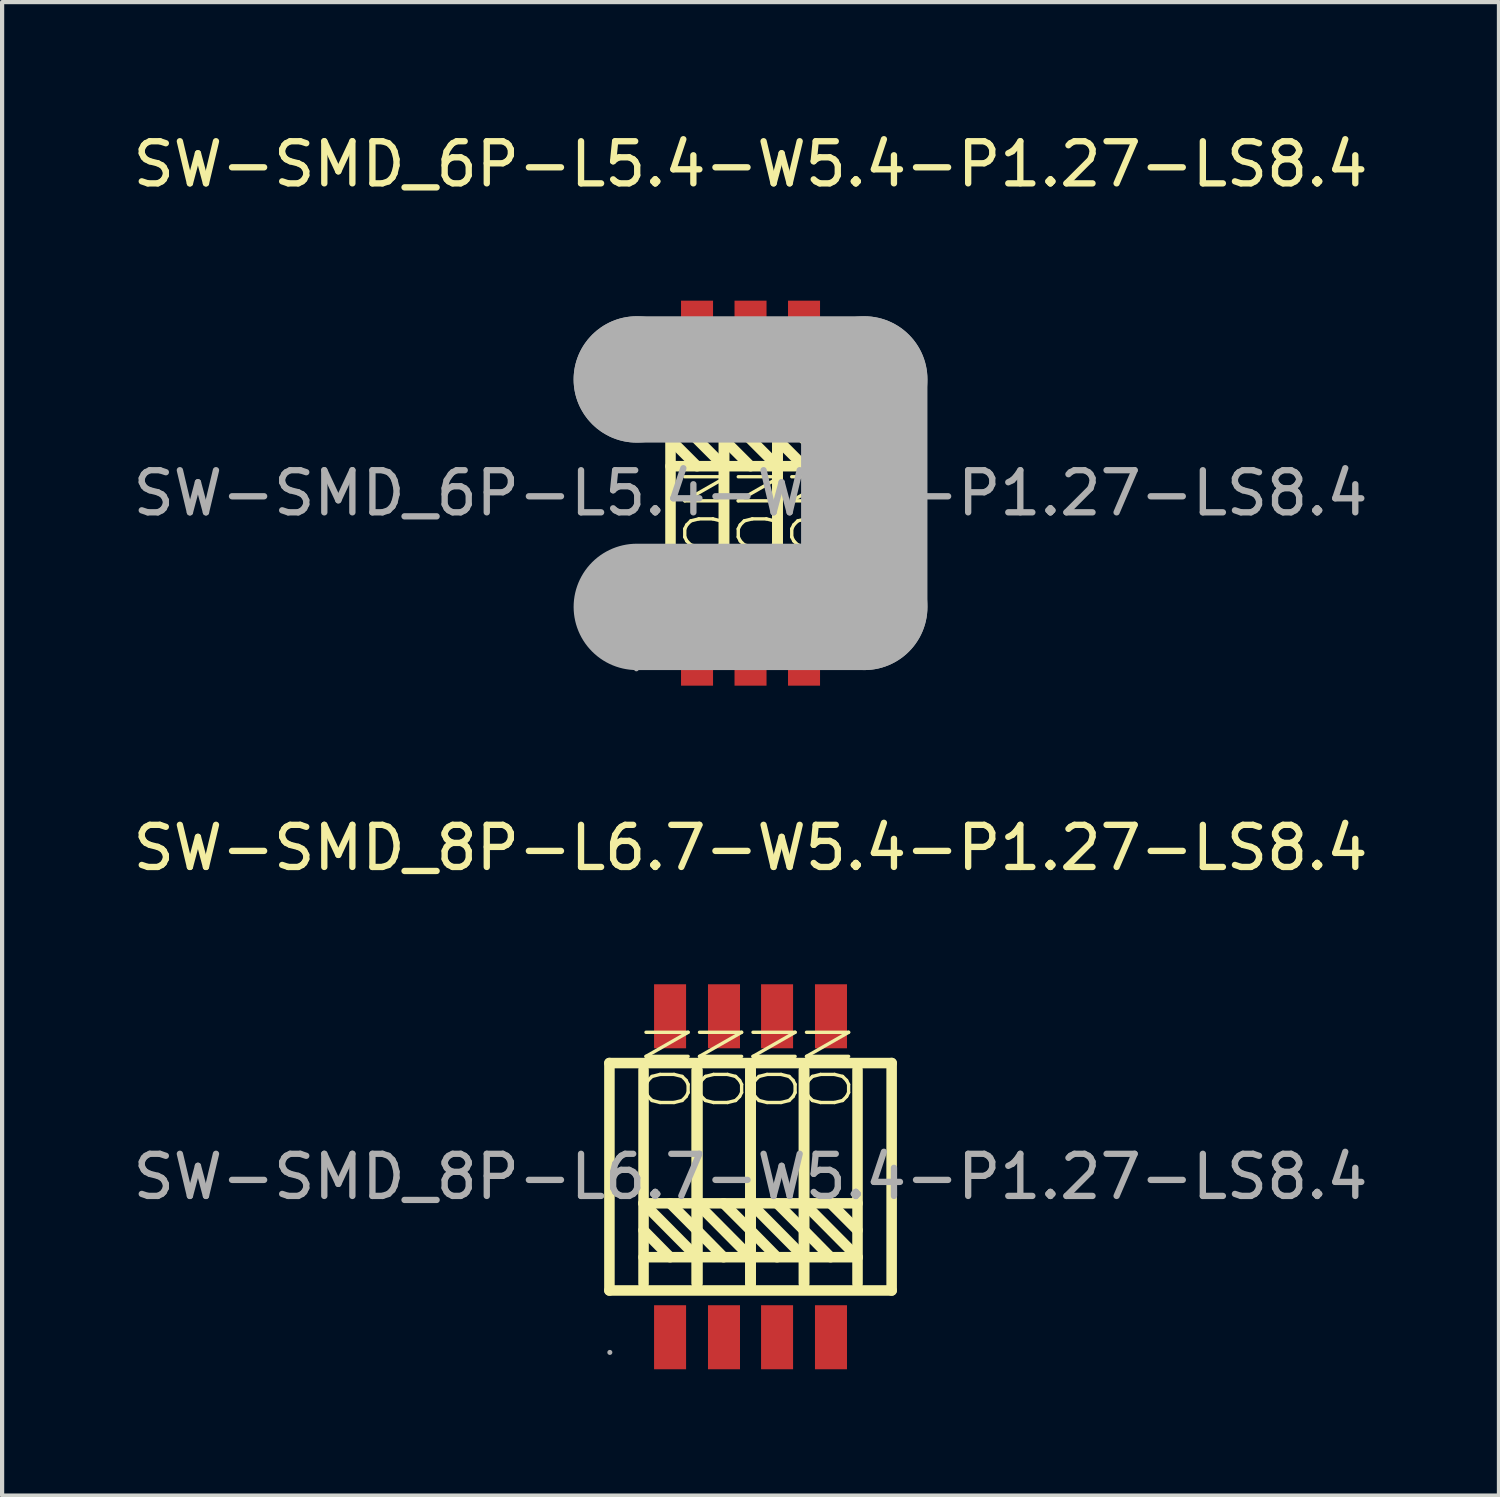
<source format=kicad_pcb>
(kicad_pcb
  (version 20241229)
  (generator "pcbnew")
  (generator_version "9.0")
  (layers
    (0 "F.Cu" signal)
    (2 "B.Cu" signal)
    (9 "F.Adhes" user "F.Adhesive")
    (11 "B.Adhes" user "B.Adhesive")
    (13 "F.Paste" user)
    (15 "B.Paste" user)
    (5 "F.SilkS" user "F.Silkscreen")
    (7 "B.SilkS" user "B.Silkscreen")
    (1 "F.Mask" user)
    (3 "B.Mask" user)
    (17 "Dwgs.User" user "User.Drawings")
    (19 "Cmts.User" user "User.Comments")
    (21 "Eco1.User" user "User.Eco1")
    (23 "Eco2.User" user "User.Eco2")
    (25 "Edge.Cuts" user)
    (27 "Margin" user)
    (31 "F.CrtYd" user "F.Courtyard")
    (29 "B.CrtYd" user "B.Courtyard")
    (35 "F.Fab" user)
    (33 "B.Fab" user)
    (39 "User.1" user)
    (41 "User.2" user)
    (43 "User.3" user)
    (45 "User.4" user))
  (footprint "SW-SMD_6P-L5.4-W5.4-P1.27-LS8.4"
    (layer "F.Cu")
    (at 14.768 8.658)
    (property "Reference" "SW-SMD_6P-L5.4-W5.4-P1.27-LS8.4" (at 0 -7.81 0) (layer "F.SilkS") (effects (font (size 1 1) (thickness 0.15))))
    (attr through_hole)
    (fp_line (start -1.9 -2.54) (end -0.63 -2.54) (stroke (width 0.25) (type solid)) (layer "F.SilkS"))
    (fp_line (start -1.9 -1.91) (end -0.63 -1.91) (stroke (width 0.25) (type solid)) (layer "F.SilkS"))
    (fp_line (start -1.9 -0.64) (end -0.63 -0.64) (stroke (width 0.25) (type solid)) (layer "F.SilkS"))
    (fp_line (start -1.9 2.54) (end -1.9 -2.54) (stroke (width 0.25) (type solid)) (layer "F.SilkS"))
    (fp_line (start -1.27 -0.64) (end -1.9 -1.27) (stroke (width 0.25) (type solid)) (layer "F.SilkS"))
    (fp_line (start -0.63 -2.54) (end -0.63 2.54) (stroke (width 0.25) (type solid)) (layer "F.SilkS"))
    (fp_line (start -0.63 -2.54) (end 0.64 -2.54) (stroke (width 0.25) (type solid)) (layer "F.SilkS"))
    (fp_line (start -0.63 -1.91) (end 0.64 -1.91) (stroke (width 0.25) (type solid)) (layer "F.SilkS"))
    (fp_line (start -0.63 -1.27) (end -1.27 -1.91) (stroke (width 0.25) (type solid)) (layer "F.SilkS"))
    (fp_line (start -0.63 -0.64) (end -1.9 -1.91) (stroke (width 0.25) (type solid)) (layer "F.SilkS"))
    (fp_line (start -0.63 2.54) (end -1.9 2.54) (stroke (width 0.25) (type solid)) (layer "F.SilkS"))
    (fp_line (start -0.63 2.54) (end -0.63 -2.54) (stroke (width 0.25) (type solid)) (layer "F.SilkS"))
    (fp_line (start 0 -0.64) (end -0.63 -1.27) (stroke (width 0.25) (type solid)) (layer "F.SilkS"))
    (fp_line (start 0.64 -2.54) (end 0.64 2.54) (stroke (width 0.25) (type solid)) (layer "F.SilkS"))
    (fp_line (start 0.64 -2.54) (end 0.64 2.54) (stroke (width 0.25) (type solid)) (layer "F.SilkS"))
    (fp_line (start 0.64 -1.91) (end 1.91 -0.64) (stroke (width 0.25) (type solid)) (layer "F.SilkS"))
    (fp_line (start 0.64 -1.27) (end 0 -1.91) (stroke (width 0.25) (type solid)) (layer "F.SilkS"))
    (fp_line (start 0.64 -0.64) (end -0.63 -1.91) (stroke (width 0.25) (type solid)) (layer "F.SilkS"))
    (fp_line (start 0.64 -0.64) (end -0.63 -0.64) (stroke (width 0.25) (type solid)) (layer "F.SilkS"))
    (fp_line (start 0.64 2.54) (end -0.63 2.54) (stroke (width 0.25) (type solid)) (layer "F.SilkS"))
    (fp_line (start 0.64 2.54) (end 0.64 -2.54) (stroke (width 0.25) (type solid)) (layer "F.SilkS"))
    (fp_line (start 0.64 2.54) (end 1.91 2.54) (stroke (width 0.25) (type solid)) (layer "F.SilkS"))
    (fp_line (start 1.27 -0.64) (end 0.64 -1.27) (stroke (width 0.25) (type solid)) (layer "F.SilkS"))
    (fp_line (start 1.91 -2.54) (end 0.64 -2.54) (stroke (width 0.25) (type solid)) (layer "F.SilkS"))
    (fp_line (start 1.91 -1.91) (end 0.64 -1.91) (stroke (width 0.25) (type solid)) (layer "F.SilkS"))
    (fp_line (start 1.91 -1.27) (end 1.27 -1.91) (stroke (width 0.25) (type solid)) (layer "F.SilkS"))
    (fp_line (start 1.91 -0.64) (end 0.64 -0.64) (stroke (width 0.25) (type solid)) (layer "F.SilkS"))
    (fp_line (start 1.91 2.54) (end 1.91 -2.54) (stroke (width 0.25) (type solid)) (layer "F.SilkS"))
    (fp_line (start -2.7 -2.7) (end -2.7 -2.7) (stroke (width 3) (type solid)) (layer "F.Fab"))
    (fp_line (start -2.7 -2.7) (end 2.7 -2.7) (stroke (width 3) (type solid)) (layer "F.Fab"))
    (fp_line (start 2.7 -2.7) (end 2.7 2.7) (stroke (width 3) (type solid)) (layer "F.Fab"))
    (fp_line (start 2.7 2.7) (end -2.7 2.7) (stroke (width 3) (type solid)) (layer "F.Fab"))
    (fp_circle (center -2.71 4.17) (end -2.68 4.17) (stroke (width 0.06) (type solid)) (fill no) (layer "F.Fab"))
    (fp_text user "ON" (at 1.52 1.52 90) (layer "F.SilkS") (effects (font (size 1 1) (thickness 0.08)) (justify left)))
    (fp_text user "ON" (at -1.02 1.52 90) (layer "F.SilkS") (effects (font (size 1 1) (thickness 0.08)) (justify left)))
    (fp_text user "ON" (at 0.25 1.52 90) (layer "F.SilkS") (effects (font (size 1 1) (thickness 0.08)) (justify left)))
    (fp_text user "${REFERENCE}" (at 0 0 0) (layer "F.Fab") (effects (font (size 1 1) (thickness 0.15))))
    (pad "1" smd rect (at -1.27 3.81 90) (size 1.52 0.76) (layers "F.Cu" "F.Mask" "F.Paste"))
    (pad "2" smd rect (at 0 3.81 90) (size 1.52 0.76) (layers "F.Cu" "F.Mask" "F.Paste"))
    (pad "3" smd rect (at 1.27 3.81 90) (size 1.52 0.76) (layers "F.Cu" "F.Mask" "F.Paste"))
    (pad "4" smd rect (at 1.27 -3.81 90) (size 1.52 0.76) (layers "F.Cu" "F.Mask" "F.Paste"))
    (pad "5" smd rect (at 0 -3.81 90) (size 1.52 0.76) (layers "F.Cu" "F.Mask" "F.Paste"))
    (pad "6" smd rect (at -1.27 -3.81 90) (size 1.52 0.76) (layers "F.Cu" "F.Mask" "F.Paste")))
  (footprint "SW-SMD_8P-L6.7-W5.4-P1.27-LS8.4"
    (layer "F.Cu")
    (at 14.768 24.887)
    (property "Reference" "SW-SMD_8P-L6.7-W5.4-P1.27-LS8.4" (at 0 -7.81 0) (layer "F.SilkS") (effects (font (size 1 1) (thickness 0.15))))
    (attr through_hole)
    (fp_line (start -3.35 -2.7) (end -3.35 2.7) (stroke (width 0.25) (type solid)) (layer "F.SilkS"))
    (fp_line (start -3.35 2.7) (end 3.35 2.7) (stroke (width 0.25) (type solid)) (layer "F.SilkS"))
    (fp_line (start -2.54 -2.54) (end -2.54 2.54) (stroke (width 0.25) (type solid)) (layer "F.SilkS"))
    (fp_line (start -2.54 0.63) (end -1.27 1.91) (stroke (width 0.25) (type solid)) (layer "F.SilkS"))
    (fp_line (start -2.54 1.27) (end -1.91 1.91) (stroke (width 0.25) (type solid)) (layer "F.SilkS"))
    (fp_line (start -2.54 1.91) (end -1.27 1.91) (stroke (width 0.25) (type solid)) (layer "F.SilkS"))
    (fp_line (start -1.91 0.63) (end -1.27 1.27) (stroke (width 0.25) (type solid)) (layer "F.SilkS"))
    (fp_line (start -1.27 -2.54) (end -1.27 2.54) (stroke (width 0.25) (type solid)) (layer "F.SilkS"))
    (fp_line (start -1.27 -2.54) (end -1.27 2.54) (stroke (width 0.25) (type solid)) (layer "F.SilkS"))
    (fp_line (start -1.27 0.63) (end -2.54 0.63) (stroke (width 0.25) (type solid)) (layer "F.SilkS"))
    (fp_line (start -1.27 0.63) (end 0 0.63) (stroke (width 0.25) (type solid)) (layer "F.SilkS"))
    (fp_line (start -1.27 1.27) (end -0.64 1.91) (stroke (width 0.25) (type solid)) (layer "F.SilkS"))
    (fp_line (start -1.27 1.91) (end 0 1.91) (stroke (width 0.25) (type solid)) (layer "F.SilkS"))
    (fp_line (start -1.27 2.54) (end -1.27 -2.54) (stroke (width 0.25) (type solid)) (layer "F.SilkS"))
    (fp_line (start -1.27 2.54) (end -1.27 -2.54) (stroke (width 0.25) (type solid)) (layer "F.SilkS"))
    (fp_line (start -0.64 0.63) (end 0 1.27) (stroke (width 0.25) (type solid)) (layer "F.SilkS"))
    (fp_line (start 0 -2.54) (end 0 2.54) (stroke (width 0.25) (type solid)) (layer "F.SilkS"))
    (fp_line (start 0 0.63) (end 1.27 0.63) (stroke (width 0.25) (type solid)) (layer "F.SilkS"))
    (fp_line (start 0 0.63) (end 1.27 1.91) (stroke (width 0.25) (type solid)) (layer "F.SilkS"))
    (fp_line (start 0 1.27) (end 0.63 1.91) (stroke (width 0.25) (type solid)) (layer "F.SilkS"))
    (fp_line (start 0 1.91) (end -1.27 0.63) (stroke (width 0.25) (type solid)) (layer "F.SilkS"))
    (fp_line (start 0 2.54) (end 0 -2.54) (stroke (width 0.25) (type solid)) (layer "F.SilkS"))
    (fp_line (start 0 2.54) (end 0 -2.54) (stroke (width 0.25) (type solid)) (layer "F.SilkS"))
    (fp_line (start 0.63 0.63) (end 1.27 1.27) (stroke (width 0.25) (type solid)) (layer "F.SilkS"))
    (fp_line (start 1.27 -2.54) (end 1.27 2.54) (stroke (width 0.25) (type solid)) (layer "F.SilkS"))
    (fp_line (start 1.27 0.63) (end 2.54 0.63) (stroke (width 0.25) (type solid)) (layer "F.SilkS"))
    (fp_line (start 1.27 0.63) (end 2.54 1.91) (stroke (width 0.25) (type solid)) (layer "F.SilkS"))
    (fp_line (start 1.27 1.27) (end 1.9 1.91) (stroke (width 0.25) (type solid)) (layer "F.SilkS"))
    (fp_line (start 1.27 1.91) (end 0 1.91) (stroke (width 0.25) (type solid)) (layer "F.SilkS"))
    (fp_line (start 1.27 2.54) (end 1.27 -2.54) (stroke (width 0.25) (type solid)) (layer "F.SilkS"))
    (fp_line (start 1.9 0.63) (end 2.54 1.27) (stroke (width 0.25) (type solid)) (layer "F.SilkS"))
    (fp_line (start 2.54 -2.54) (end 2.54 2.54) (stroke (width 0.25) (type solid)) (layer "F.SilkS"))
    (fp_line (start 2.54 1.91) (end 1.27 1.91) (stroke (width 0.25) (type solid)) (layer "F.SilkS"))
    (fp_line (start 3.35 -2.7) (end -3.35 -2.7) (stroke (width 0.25) (type solid)) (layer "F.SilkS"))
    (fp_line (start 3.35 2.7) (end 3.35 -2.7) (stroke (width 0.25) (type solid)) (layer "F.SilkS"))
    (fp_circle (center -3.34 4.17) (end -3.31 4.17) (stroke (width 0.06) (type solid)) (fill no) (layer "F.Fab"))
    (fp_text user "ON" (at -1.94 -1.52 270) (layer "F.SilkS") (effects (font (size 1 1) (thickness 0.08)) (justify left)))
    (fp_text user "ON" (at -0.67 -1.52 270) (layer "F.SilkS") (effects (font (size 1 1) (thickness 0.08)) (justify left)))
    (fp_text user "ON" (at 0.6 -1.52 270) (layer "F.SilkS") (effects (font (size 1 1) (thickness 0.08)) (justify left)))
    (fp_text user "ON" (at 1.87 -1.52 270) (layer "F.SilkS") (effects (font (size 1 1) (thickness 0.08)) (justify left)))
    (fp_text user "${REFERENCE}" (at 0 0 0) (layer "F.Fab") (effects (font (size 1 1) (thickness 0.15))))
    (pad "1" smd rect (at -1.91 3.81) (size 0.76 1.52) (layers "F.Cu" "F.Mask" "F.Paste"))
    (pad "2" smd rect (at -0.63 3.81) (size 0.76 1.52) (layers "F.Cu" "F.Mask" "F.Paste"))
    (pad "3" smd rect (at 0.63 3.81) (size 0.76 1.52) (layers "F.Cu" "F.Mask" "F.Paste"))
    (pad "4" smd rect (at 1.91 3.81) (size 0.76 1.52) (layers "F.Cu" "F.Mask" "F.Paste"))
    (pad "5" smd rect (at 1.91 -3.81) (size 0.76 1.52) (layers "F.Cu" "F.Mask" "F.Paste"))
    (pad "6" smd rect (at 0.63 -3.81) (size 0.76 1.52) (layers "F.Cu" "F.Mask" "F.Paste"))
    (pad "7" smd rect (at -0.63 -3.81) (size 0.76 1.52) (layers "F.Cu" "F.Mask" "F.Paste"))
    (pad "8" smd rect (at -1.91 -3.81) (size 0.76 1.52) (layers "F.Cu" "F.Mask" "F.Paste")))
  (gr_rect
    (start -3 -3)
    (end 32.536 32.456)
    (stroke (width 0.1) (type default))
    (fill no)
    (layer "Edge.Cuts")))
</source>
